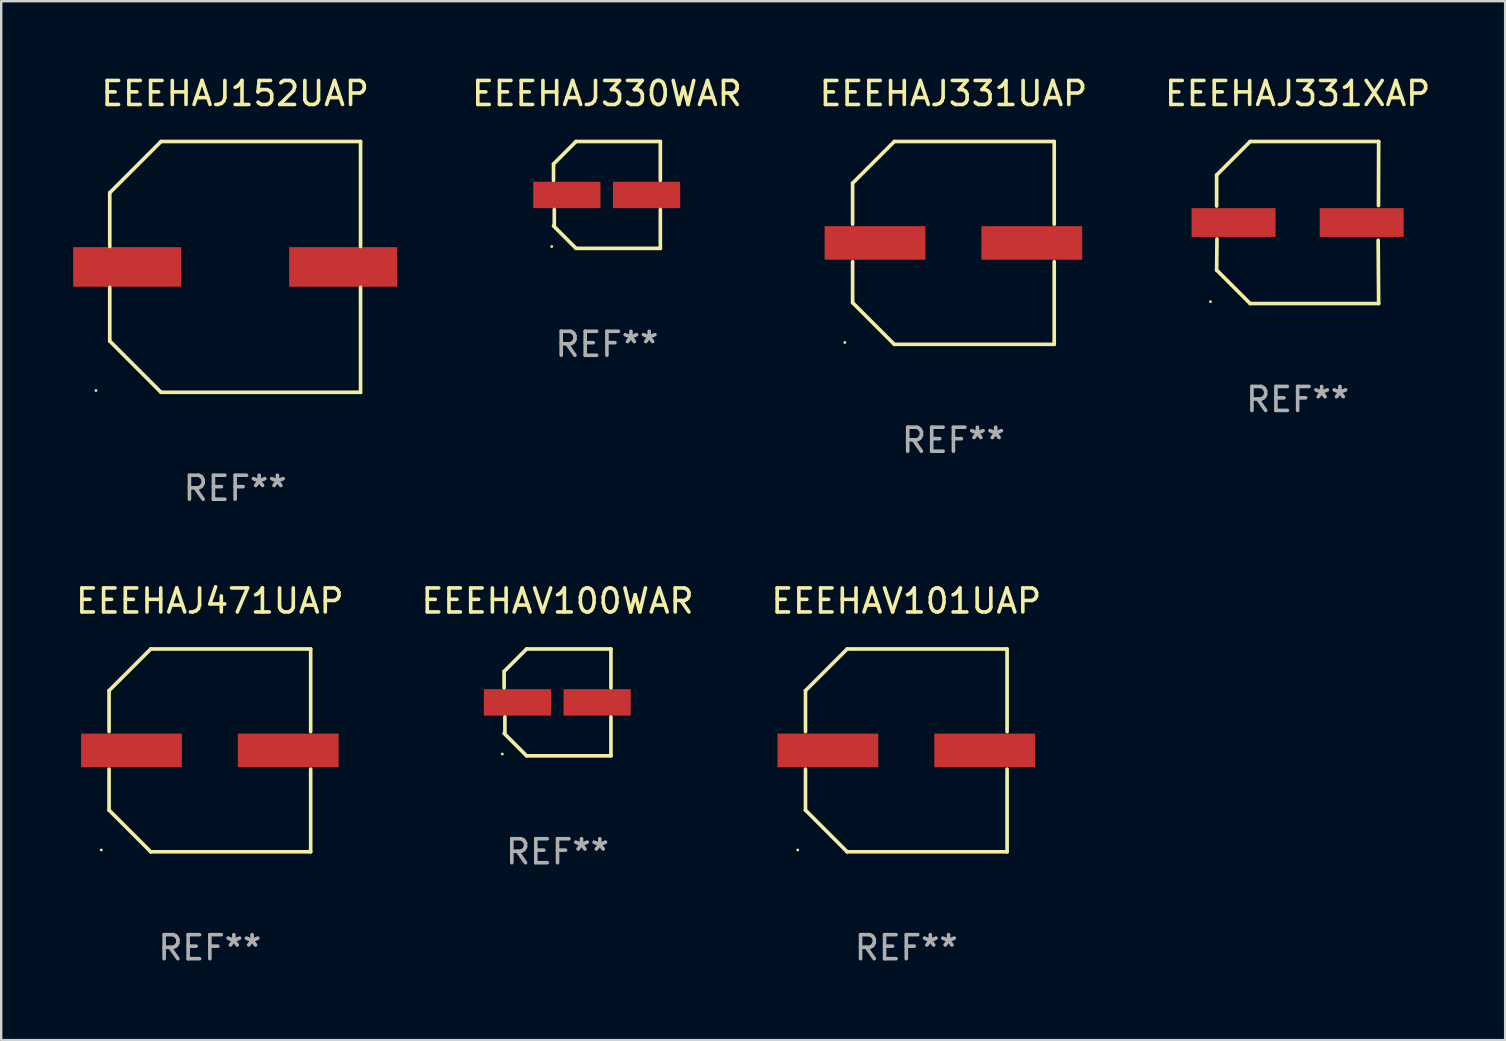
<source format=kicad_pcb>
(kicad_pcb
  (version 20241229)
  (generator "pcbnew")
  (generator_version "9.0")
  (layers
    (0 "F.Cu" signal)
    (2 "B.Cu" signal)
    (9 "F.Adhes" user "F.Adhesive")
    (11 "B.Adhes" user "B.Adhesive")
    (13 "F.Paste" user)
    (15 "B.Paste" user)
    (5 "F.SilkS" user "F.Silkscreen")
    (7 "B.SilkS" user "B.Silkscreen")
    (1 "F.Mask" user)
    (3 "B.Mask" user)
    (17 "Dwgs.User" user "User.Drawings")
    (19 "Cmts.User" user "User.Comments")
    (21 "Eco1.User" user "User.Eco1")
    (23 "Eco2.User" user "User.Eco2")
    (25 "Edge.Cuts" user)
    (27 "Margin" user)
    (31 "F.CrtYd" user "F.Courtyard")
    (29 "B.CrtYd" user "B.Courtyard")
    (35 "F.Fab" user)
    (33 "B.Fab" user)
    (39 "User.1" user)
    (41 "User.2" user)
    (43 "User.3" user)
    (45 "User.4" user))
  (footprint "EEEHAJ152UAP"
    (layer "F.Cu")
    (at 6.75 8.074)
    (property "Reference" "EEEHAJ152UAP" (at 0 -7.226 0) (layer "F.SilkS") (effects (font (size 1 1) (thickness 0.15))))
    (attr through_hole)
    (fp_line (start -5.226 -3.09) (end -5.226 -0.852) (stroke (width 0.152) (type solid)) (layer "F.SilkS"))
    (fp_line (start -5.226 3.09) (end -5.226 0.852) (stroke (width 0.152) (type solid)) (layer "F.SilkS"))
    (fp_line (start -3.09 -5.226) (end -5.226 -3.09) (stroke (width 0.152) (type solid)) (layer "F.SilkS"))
    (fp_line (start -3.09 5.226) (end -5.226 3.09) (stroke (width 0.152) (type solid)) (layer "F.SilkS"))
    (fp_line (start 5.226 -5.226) (end -3.09 -5.226) (stroke (width 0.152) (type solid)) (layer "F.SilkS"))
    (fp_line (start 5.226 -0.852) (end 5.226 -5.226) (stroke (width 0.152) (type solid)) (layer "F.SilkS"))
    (fp_line (start 5.226 0.852) (end 5.226 5.226) (stroke (width 0.152) (type solid)) (layer "F.SilkS"))
    (fp_line (start 5.226 5.226) (end -3.09 5.226) (stroke (width 0.152) (type solid)) (layer "F.SilkS"))
    (fp_circle (center -5.8 5.15) (end -5.77 5.15) (stroke (width 0.06) (type solid)) (fill no) (layer "F.SilkS"))
    (fp_text user "REF**" (at 0 9.226 0) (layer "F.Fab") (effects (font (size 1 1) (thickness 0.15))))
    (pad "1" smd rect (at -4.5 0) (size 4.5 1.65) (layers "F.Cu" "F.Mask" "F.Paste"))
    (pad "2" smd rect (at 4.5 0) (size 4.5 1.65) (layers "F.Cu" "F.Mask" "F.Paste")))
  (footprint "EEEHAJ331XAP"
    (layer "F.Cu")
    (at 51.03 6.224)
    (property "Reference" "EEEHAJ331XAP" (at 0 -5.376 0) (layer "F.SilkS") (effects (font (size 1 1) (thickness 0.15))))
    (attr through_hole)
    (fp_line (start -3.376 -1.98) (end -3.376 -0.686) (stroke (width 0.152) (type solid)) (layer "F.SilkS"))
    (fp_line (start -3.376 1.981) (end -3.362 0.686) (stroke (width 0.152) (type solid)) (layer "F.SilkS"))
    (fp_line (start -1.981 3.376) (end -3.376 1.981) (stroke (width 0.152) (type solid)) (layer "F.SilkS"))
    (fp_line (start -1.98 -3.376) (end -3.376 -1.98) (stroke (width 0.152) (type solid)) (layer "F.SilkS"))
    (fp_line (start 3.356 0.74) (end 3.376 3.376) (stroke (width 0.152) (type solid)) (layer "F.SilkS"))
    (fp_line (start 3.369 -0.707) (end 3.376 -3.376) (stroke (width 0.152) (type solid)) (layer "F.SilkS"))
    (fp_line (start 3.376 3.376) (end -1.981 3.376) (stroke (width 0.152) (type solid)) (layer "F.SilkS"))
    (fp_line (start 3.376 -3.376) (end -1.98 -3.376) (stroke (width 0.152) (type solid)) (layer "F.SilkS"))
    (fp_circle (center -3.634 3.3) (end -3.604 3.3) (stroke (width 0.06) (type solid)) (fill no) (layer "F.SilkS"))
    (fp_text user "REF**" (at 0 7.376 0) (layer "F.Fab") (effects (font (size 1 1) (thickness 0.15))))
    (pad "1" smd rect (at -2.67 0.000254) (size 3.5 1.2) (layers "F.Cu" "F.Mask" "F.Paste"))
    (pad "2" smd rect (at 2.67 0.000254) (size 3.5 1.2) (layers "F.Cu" "F.Mask" "F.Paste")))
  (footprint "EEEHAV100WAR"
    (layer "F.Cu")
    (at 20.185 26.223)
    (property "Reference" "EEEHAV100WAR" (at 0 -4.226 0) (layer "F.SilkS") (effects (font (size 1 1) (thickness 0.15))))
    (attr through_hole)
    (fp_line (start -2.226 -1.29) (end -2.226 -0.607) (stroke (width 0.152) (type solid)) (layer "F.SilkS"))
    (fp_line (start -2.193 1.29) (end -2.193 0.607) (stroke (width 0.152) (type solid)) (layer "F.SilkS"))
    (fp_line (start -1.29 2.226) (end -2.226 1.29) (stroke (width 0.152) (type solid)) (layer "F.SilkS"))
    (fp_line (start -1.29 -2.226) (end -2.226 -1.29) (stroke (width 0.152) (type solid)) (layer "F.SilkS"))
    (fp_line (start 2.226 -2.226) (end -1.29 -2.226) (stroke (width 0.152) (type solid)) (layer "F.SilkS"))
    (fp_line (start 2.226 -0.607) (end 2.226 -2.226) (stroke (width 0.152) (type solid)) (layer "F.SilkS"))
    (fp_line (start 2.226 0.607) (end 2.226 2.226) (stroke (width 0.152) (type solid)) (layer "F.SilkS"))
    (fp_line (start 2.226 2.226) (end -1.29 2.226) (stroke (width 0.152) (type solid)) (layer "F.SilkS"))
    (fp_circle (center -2.3 2.15) (end -2.27 2.15) (stroke (width 0.06) (type solid)) (fill no) (layer "F.SilkS"))
    (fp_text user "REF**" (at 0 6.226 0) (layer "F.Fab") (effects (font (size 1 1) (thickness 0.15))))
    (pad "1" smd rect (at -1.67 -0.000025) (size 2.8 1.1) (layers "F.Cu" "F.Mask" "F.Paste"))
    (pad "2" smd rect (at 1.651 -0.000025) (size 2.8 1.1) (layers "F.Cu" "F.Mask" "F.Paste")))
  (footprint "EEEHAJ331UAP"
    (layer "F.Cu")
    (at 36.684 7.074)
    (property "Reference" "EEEHAJ331UAP" (at 0 -6.226 0) (layer "F.SilkS") (effects (font (size 1 1) (thickness 0.15))))
    (attr through_hole)
    (fp_line (start -4.201 -2.49) (end -4.201 -0.782) (stroke (width 0.152) (type solid)) (layer "F.SilkS"))
    (fp_line (start -4.201 2.49) (end -4.201 0.782) (stroke (width 0.152) (type solid)) (layer "F.SilkS"))
    (fp_line (start -2.465 -4.226) (end -4.201 -2.49) (stroke (width 0.152) (type solid)) (layer "F.SilkS"))
    (fp_line (start -2.465 4.226) (end -4.201 2.49) (stroke (width 0.152) (type solid)) (layer "F.SilkS"))
    (fp_line (start 4.201 -4.226) (end -2.465 -4.226) (stroke (width 0.152) (type solid)) (layer "F.SilkS"))
    (fp_line (start 4.201 -0.782) (end 4.201 -4.226) (stroke (width 0.152) (type solid)) (layer "F.SilkS"))
    (fp_line (start 4.201 0.782) (end 4.201 4.226) (stroke (width 0.152) (type solid)) (layer "F.SilkS"))
    (fp_line (start 4.201 4.226) (end -2.465 4.226) (stroke (width 0.152) (type solid)) (layer "F.SilkS"))
    (fp_circle (center -4.524 4.15) (end -4.494 4.15) (stroke (width 0.06) (type solid)) (fill no) (layer "F.SilkS"))
    (fp_text user "REF**" (at 0 8.226 0) (layer "F.Fab") (effects (font (size 1 1) (thickness 0.15))))
    (pad "1" smd rect (at -3.267 0) (size 4.2 1.4) (layers "F.Cu" "F.Mask" "F.Paste"))
    (pad "2" smd rect (at 3.267 0) (size 4.2 1.4) (layers "F.Cu" "F.Mask" "F.Paste")))
  (footprint "EEEHAJ471UAP"
    (layer "F.Cu")
    (at 5.696 28.223)
    (property "Reference" "EEEHAJ471UAP" (at 0 -6.226 0) (layer "F.SilkS") (effects (font (size 1 1) (thickness 0.15))))
    (attr through_hole)
    (fp_line (start -4.201 -2.49) (end -4.201 -0.782) (stroke (width 0.152) (type solid)) (layer "F.SilkS"))
    (fp_line (start -4.201 2.49) (end -4.201 0.782) (stroke (width 0.152) (type solid)) (layer "F.SilkS"))
    (fp_line (start -2.465 -4.226) (end -4.201 -2.49) (stroke (width 0.152) (type solid)) (layer "F.SilkS"))
    (fp_line (start -2.465 4.226) (end -4.201 2.49) (stroke (width 0.152) (type solid)) (layer "F.SilkS"))
    (fp_line (start 4.201 -4.226) (end -2.465 -4.226) (stroke (width 0.152) (type solid)) (layer "F.SilkS"))
    (fp_line (start 4.201 -0.782) (end 4.201 -4.226) (stroke (width 0.152) (type solid)) (layer "F.SilkS"))
    (fp_line (start 4.201 0.782) (end 4.201 4.226) (stroke (width 0.152) (type solid)) (layer "F.SilkS"))
    (fp_line (start 4.201 4.226) (end -2.465 4.226) (stroke (width 0.152) (type solid)) (layer "F.SilkS"))
    (fp_circle (center -4.524 4.15) (end -4.494 4.15) (stroke (width 0.06) (type solid)) (fill no) (layer "F.SilkS"))
    (fp_text user "REF**" (at 0 8.226 0) (layer "F.Fab") (effects (font (size 1 1) (thickness 0.15))))
    (pad "1" smd rect (at -3.267 0) (size 4.2 1.4) (layers "F.Cu" "F.Mask" "F.Paste"))
    (pad "2" smd rect (at 3.267 0) (size 4.2 1.4) (layers "F.Cu" "F.Mask" "F.Paste")))
  (footprint "EEEHAJ330WAR"
    (layer "F.Cu")
    (at 22.244 5.074)
    (property "Reference" "EEEHAJ330WAR" (at 0 -4.226 0) (layer "F.SilkS") (effects (font (size 1 1) (thickness 0.15))))
    (attr through_hole)
    (fp_line (start -2.226 -1.29) (end -2.226 -0.607) (stroke (width 0.152) (type solid)) (layer "F.SilkS"))
    (fp_line (start -2.193 1.29) (end -2.193 0.607) (stroke (width 0.152) (type solid)) (layer "F.SilkS"))
    (fp_line (start -1.29 2.226) (end -2.226 1.29) (stroke (width 0.152) (type solid)) (layer "F.SilkS"))
    (fp_line (start -1.29 -2.226) (end -2.226 -1.29) (stroke (width 0.152) (type solid)) (layer "F.SilkS"))
    (fp_line (start 2.226 -2.226) (end -1.29 -2.226) (stroke (width 0.152) (type solid)) (layer "F.SilkS"))
    (fp_line (start 2.226 -0.607) (end 2.226 -2.226) (stroke (width 0.152) (type solid)) (layer "F.SilkS"))
    (fp_line (start 2.226 0.607) (end 2.226 2.226) (stroke (width 0.152) (type solid)) (layer "F.SilkS"))
    (fp_line (start 2.226 2.226) (end -1.29 2.226) (stroke (width 0.152) (type solid)) (layer "F.SilkS"))
    (fp_circle (center -2.3 2.15) (end -2.27 2.15) (stroke (width 0.06) (type solid)) (fill no) (layer "F.SilkS"))
    (fp_text user "REF**" (at 0 6.226 0) (layer "F.Fab") (effects (font (size 1 1) (thickness 0.15))))
    (pad "1" smd rect (at -1.67 -0.000025) (size 2.8 1.1) (layers "F.Cu" "F.Mask" "F.Paste"))
    (pad "2" smd rect (at 1.651 -0.000025) (size 2.8 1.1) (layers "F.Cu" "F.Mask" "F.Paste")))
  (footprint "EEEHAV101UAP"
    (layer "F.Cu")
    (at 34.72 28.223)
    (property "Reference" "EEEHAV101UAP" (at 0 -6.226 0) (layer "F.SilkS") (effects (font (size 1 1) (thickness 0.15))))
    (attr through_hole)
    (fp_line (start -4.201 -2.49) (end -4.201 -0.782) (stroke (width 0.152) (type solid)) (layer "F.SilkS"))
    (fp_line (start -4.201 2.49) (end -4.201 0.782) (stroke (width 0.152) (type solid)) (layer "F.SilkS"))
    (fp_line (start -2.465 -4.226) (end -4.201 -2.49) (stroke (width 0.152) (type solid)) (layer "F.SilkS"))
    (fp_line (start -2.465 4.226) (end -4.201 2.49) (stroke (width 0.152) (type solid)) (layer "F.SilkS"))
    (fp_line (start 4.201 -4.226) (end -2.465 -4.226) (stroke (width 0.152) (type solid)) (layer "F.SilkS"))
    (fp_line (start 4.201 -0.782) (end 4.201 -4.226) (stroke (width 0.152) (type solid)) (layer "F.SilkS"))
    (fp_line (start 4.201 0.782) (end 4.201 4.226) (stroke (width 0.152) (type solid)) (layer "F.SilkS"))
    (fp_line (start 4.201 4.226) (end -2.465 4.226) (stroke (width 0.152) (type solid)) (layer "F.SilkS"))
    (fp_circle (center -4.524 4.15) (end -4.494 4.15) (stroke (width 0.06) (type solid)) (fill no) (layer "F.SilkS"))
    (fp_text user "REF**" (at 0 8.226 0) (layer "F.Fab") (effects (font (size 1 1) (thickness 0.15))))
    (pad "1" smd rect (at -3.267 0) (size 4.2 1.4) (layers "F.Cu" "F.Mask" "F.Paste"))
    (pad "2" smd rect (at 3.267 0) (size 4.2 1.4) (layers "F.Cu" "F.Mask" "F.Paste")))
  (gr_rect
    (start -3 -3)
    (end 59.678 40.298)
    (stroke (width 0.1) (type default))
    (fill no)
    (layer "Edge.Cuts")))
</source>
